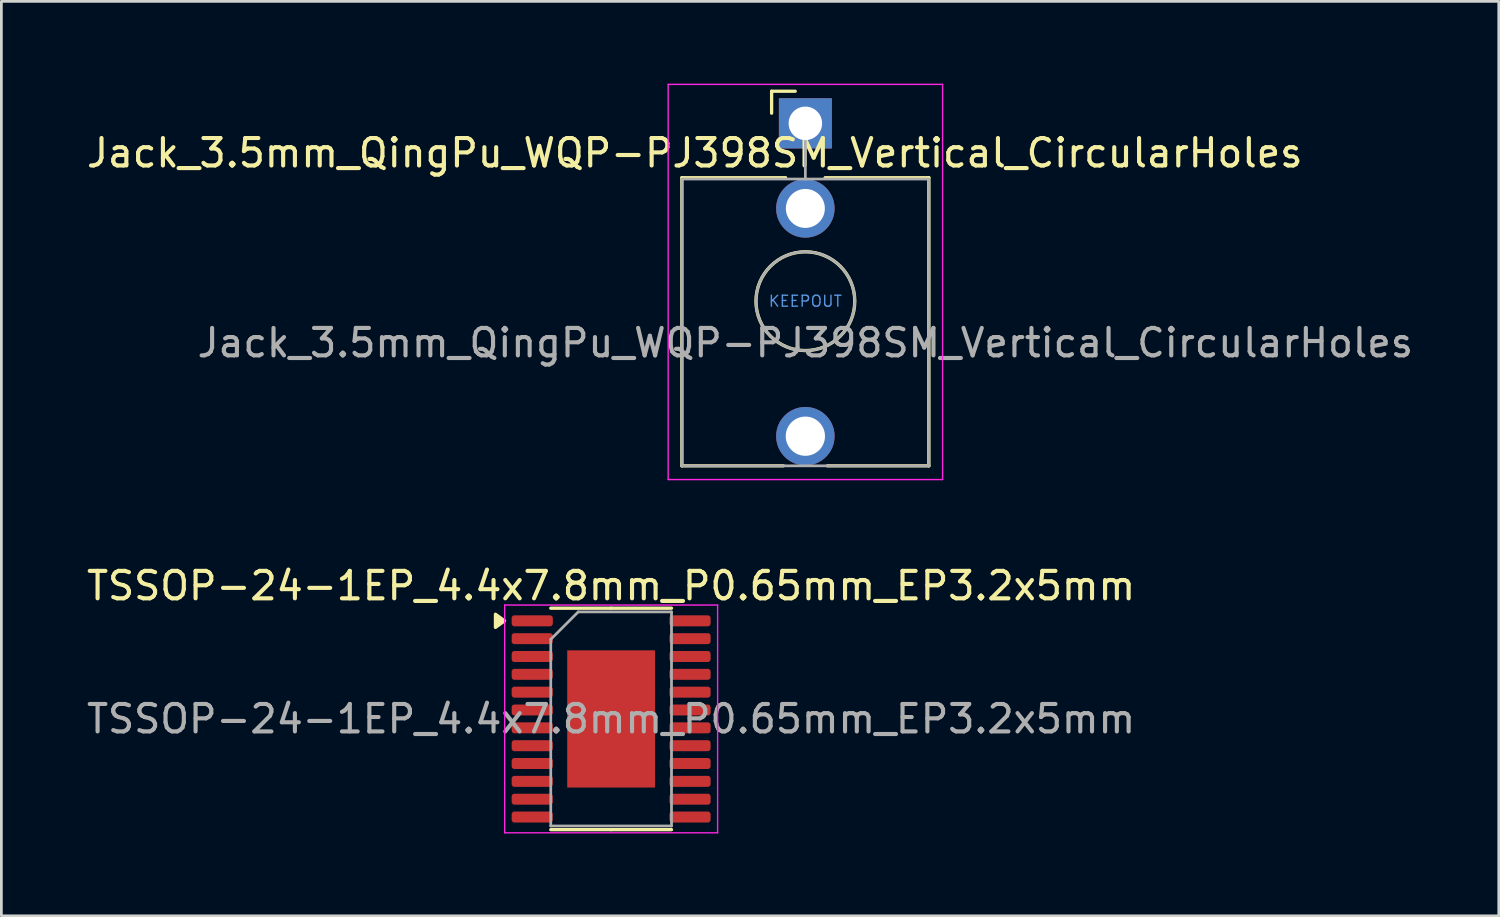
<source format=kicad_pcb>
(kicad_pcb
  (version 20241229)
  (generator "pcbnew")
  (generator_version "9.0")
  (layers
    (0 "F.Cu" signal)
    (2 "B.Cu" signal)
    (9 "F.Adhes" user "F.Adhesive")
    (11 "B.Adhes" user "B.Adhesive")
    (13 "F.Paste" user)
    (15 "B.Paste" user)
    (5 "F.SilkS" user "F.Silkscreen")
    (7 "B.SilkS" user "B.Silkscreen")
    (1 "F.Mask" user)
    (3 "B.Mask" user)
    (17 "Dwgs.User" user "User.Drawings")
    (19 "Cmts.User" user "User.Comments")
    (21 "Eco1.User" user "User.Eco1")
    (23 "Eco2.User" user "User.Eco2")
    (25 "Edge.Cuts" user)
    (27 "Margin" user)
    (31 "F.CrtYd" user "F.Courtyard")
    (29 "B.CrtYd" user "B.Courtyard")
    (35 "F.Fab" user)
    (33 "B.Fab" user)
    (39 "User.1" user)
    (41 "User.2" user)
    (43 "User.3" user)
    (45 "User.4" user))
  (footprint "Jack_3.5mm_QingPu_WQP-PJ398SM_Vertical_CircularHoles"
    (layer "F.Cu")
    (at 26.298 7.925)
    (property "Reference" "Jack_3.5mm_QingPu_WQP-PJ398SM_Vertical_CircularHoles" (at -4.03 -5.4 180) (layer "F.SilkS") (effects (font (size 1 1) (thickness 0.15))))
    (attr through_hole)
    (fp_line (start -4.5 -4.5) (end -4.5 6) (stroke (width 0.12) (type solid)) (layer "F.SilkS"))
    (fp_line (start -1.23 -7.65) (end -1.23 -6.85) (stroke (width 0.12) (type solid)) (layer "F.SilkS"))
    (fp_line (start -1.23 -7.65) (end -0.37 -7.65) (stroke (width 0.12) (type solid)) (layer "F.SilkS"))
    (fp_line (start -0.8 6) (end -4.5 6) (stroke (width 0.12) (type solid)) (layer "F.SilkS"))
    (fp_line (start -0.72 -4.5) (end -4.5 -4.5) (stroke (width 0.12) (type solid)) (layer "F.SilkS"))
    (fp_line (start 4.5 -4.5) (end 0.72 -4.5) (stroke (width 0.12) (type solid)) (layer "F.SilkS"))
    (fp_line (start 4.5 -4.5) (end 4.5 6) (stroke (width 0.12) (type solid)) (layer "F.SilkS"))
    (fp_line (start 4.5 6) (end 0.8 6) (stroke (width 0.12) (type solid)) (layer "F.SilkS"))
    (fp_circle (center 0 0) (end 1.8 0) (stroke (width 0.12) (type solid)) (fill no) (layer "F.SilkS"))
    (fp_line (start -5 6.5) (end -5 -7.9) (stroke (width 0.05) (type solid)) (layer "F.CrtYd"))
    (fp_line (start 5 -7.9) (end -5 -7.9) (stroke (width 0.05) (type solid)) (layer "F.CrtYd"))
    (fp_line (start 5 6.5) (end -5 6.5) (stroke (width 0.05) (type solid)) (layer "F.CrtYd"))
    (fp_line (start 5 6.5) (end 5 -7.9) (stroke (width 0.05) (type solid)) (layer "F.CrtYd"))
    (fp_line (start -4.5 6) (end -4.5 -4.4) (stroke (width 0.1) (type solid)) (layer "F.Fab"))
    (fp_line (start 0 -6.48) (end 0 -4.45) (stroke (width 0.1) (type solid)) (layer "F.Fab"))
    (fp_line (start 4.5 -4.45) (end -4.5 -4.45) (stroke (width 0.1) (type solid)) (layer "F.Fab"))
    (fp_line (start 4.5 6) (end -4.5 6) (stroke (width 0.1) (type solid)) (layer "F.Fab"))
    (fp_line (start 4.5 6) (end 4.5 -4.4) (stroke (width 0.1) (type solid)) (layer "F.Fab"))
    (fp_circle (center 0 0) (end 1.8 0) (stroke (width 0.1) (type solid)) (fill no) (layer "F.Fab"))
    (fp_text user "KEEPOUT" (at 0 0 0) (layer "Cmts.User") (effects (font (size 0.4 0.4) (thickness 0.051))))
    (fp_text user "${REFERENCE}" (at 0 1.52 180) (layer "F.Fab") (effects (font (size 1 1) (thickness 0.15))))
    (pad "S" thru_hole rect (at 0 -6.48 180) (size 1.93 1.83) (drill 1.22) (layers "*.Cu" "*.Mask"))
    (pad "T" thru_hole circle (at 0 4.92 180) (size 2.13 2.13) (drill 1.43) (layers "*.Cu" "*.Mask"))
    (pad "TN" thru_hole circle (at 0 -3.38 180) (size 2.13 2.13) (drill 1.42) (layers "*.Cu" "*.Mask"))
    (zone (net_name "") (layer "F.Cu") (hatch full 0.508) (connect_pads) (min_thickness 0.254) (filled_areas_thickness no) (keepout (tracks not_allowed) (vias not_allowed) (pads not_allowed) (copperpour not_allowed) (footprints not_allowed)) (placement (enabled no)) (fill) (polygon (pts (xy 27.803 7.925) (xy 27.783 7.679) (xy 27.723 7.44) (xy 27.624 7.214) (xy 27.49 7.007) (xy 27.324 6.824) (xy 27.131 6.671) (xy 26.915 6.552) (xy 26.682 6.47) (xy 26.44 6.427) (xy 26.193 6.424) (xy 25.949 6.461) (xy 25.715 6.537) (xy 25.496 6.651) (xy 25.299 6.799) (xy 25.128 6.978) (xy 24.989 7.182) (xy 24.885 7.405) (xy 24.819 7.643) (xy 24.793 7.888) (xy 24.807 8.134) (xy 24.862 8.375) (xy 24.954 8.604) (xy 25.083 8.814) (xy 25.245 9) (xy 25.435 9.158) (xy 25.648 9.282) (xy 25.878 9.37) (xy 26.12 9.42) (xy 26.366 9.429) (xy 26.611 9.397) (xy 26.847 9.326) (xy 27.069 9.218) (xy 27.269 9.075) (xy 27.444 8.901) (xy 27.588 8.7) (xy 27.697 8.479) (xy 27.769 8.243) (xy 27.801 7.999)))))
  (footprint "TSSOP-24-1EP_4.4x7.8mm_P0.65mm_EP3.2x5mm"
    (layer "F.Cu")
    (at 19.22 23.148)
    (property "Reference" "TSSOP-24-1EP_4.4x7.8mm_P0.65mm_EP3.2x5mm" (at 0 -4.85 0) (layer "F.SilkS") (effects (font (size 1 1) (thickness 0.15))))
    (attr smd)
    (fp_line (start 0 -4.035) (end -2.2 -4.035) (stroke (width 0.12) (type solid)) (layer "F.SilkS"))
    (fp_line (start 0 -4.035) (end 2.2 -4.035) (stroke (width 0.12) (type solid)) (layer "F.SilkS"))
    (fp_line (start 0 4.035) (end -2.2 4.035) (stroke (width 0.12) (type solid)) (layer "F.SilkS"))
    (fp_line (start 0 4.035) (end 2.2 4.035) (stroke (width 0.12) (type solid)) (layer "F.SilkS"))
    (fp_poly (pts (xy -3.885 -3.575) (xy -4.215 -3.815) (xy -4.215 -3.335) (xy -3.885 -3.575)) (stroke (width 0.12) (type solid)) (fill yes) (layer "F.SilkS"))
    (fp_line (start -3.88 -4.15) (end -3.88 4.15) (stroke (width 0.05) (type solid)) (layer "F.CrtYd"))
    (fp_line (start -3.88 4.15) (end 3.88 4.15) (stroke (width 0.05) (type solid)) (layer "F.CrtYd"))
    (fp_line (start 3.88 -4.15) (end -3.88 -4.15) (stroke (width 0.05) (type solid)) (layer "F.CrtYd"))
    (fp_line (start 3.88 4.15) (end 3.88 -4.15) (stroke (width 0.05) (type solid)) (layer "F.CrtYd"))
    (fp_line (start -2.2 -2.9) (end -1.2 -3.9) (stroke (width 0.1) (type solid)) (layer "F.Fab"))
    (fp_line (start -2.2 3.9) (end -2.2 -2.9) (stroke (width 0.1) (type solid)) (layer "F.Fab"))
    (fp_line (start -1.2 -3.9) (end 2.2 -3.9) (stroke (width 0.1) (type solid)) (layer "F.Fab"))
    (fp_line (start 2.2 -3.9) (end 2.2 3.9) (stroke (width 0.1) (type solid)) (layer "F.Fab"))
    (fp_line (start 2.2 3.9) (end -2.2 3.9) (stroke (width 0.1) (type solid)) (layer "F.Fab"))
    (fp_text user "${REFERENCE}" (at 0 0 0) (layer "F.Fab") (effects (font (size 1 1) (thickness 0.15))))
    (pad "" smd roundrect (at -0.8 -1.67) (size 1.29 1.34) (layers "F.Paste") (roundrect_rratio 0.194))
    (pad "" smd roundrect (at -0.8 0) (size 1.29 1.34) (layers "F.Paste") (roundrect_rratio 0.194))
    (pad "" smd roundrect (at -0.8 1.67) (size 1.29 1.34) (layers "F.Paste") (roundrect_rratio 0.194))
    (pad "" smd roundrect (at 0.8 -1.67) (size 1.29 1.34) (layers "F.Paste") (roundrect_rratio 0.194))
    (pad "" smd roundrect (at 0.8 0) (size 1.29 1.34) (layers "F.Paste") (roundrect_rratio 0.194))
    (pad "" smd roundrect (at 0.8 1.67) (size 1.29 1.34) (layers "F.Paste") (roundrect_rratio 0.194))
    (pad "1" smd roundrect (at -2.875 -3.575) (size 1.5 0.4) (layers "F.Cu" "F.Mask" "F.Paste") (roundrect_rratio 0.25))
    (pad "2" smd roundrect (at -2.875 -2.925) (size 1.5 0.4) (layers "F.Cu" "F.Mask" "F.Paste") (roundrect_rratio 0.25))
    (pad "3" smd roundrect (at -2.875 -2.275) (size 1.5 0.4) (layers "F.Cu" "F.Mask" "F.Paste") (roundrect_rratio 0.25))
    (pad "4" smd roundrect (at -2.875 -1.625) (size 1.5 0.4) (layers "F.Cu" "F.Mask" "F.Paste") (roundrect_rratio 0.25))
    (pad "5" smd roundrect (at -2.875 -0.975) (size 1.5 0.4) (layers "F.Cu" "F.Mask" "F.Paste") (roundrect_rratio 0.25))
    (pad "6" smd roundrect (at -2.875 -0.325) (size 1.5 0.4) (layers "F.Cu" "F.Mask" "F.Paste") (roundrect_rratio 0.25))
    (pad "7" smd roundrect (at -2.875 0.325) (size 1.5 0.4) (layers "F.Cu" "F.Mask" "F.Paste") (roundrect_rratio 0.25))
    (pad "8" smd roundrect (at -2.875 0.975) (size 1.5 0.4) (layers "F.Cu" "F.Mask" "F.Paste") (roundrect_rratio 0.25))
    (pad "9" smd roundrect (at -2.875 1.625) (size 1.5 0.4) (layers "F.Cu" "F.Mask" "F.Paste") (roundrect_rratio 0.25))
    (pad "10" smd roundrect (at -2.875 2.275) (size 1.5 0.4) (layers "F.Cu" "F.Mask" "F.Paste") (roundrect_rratio 0.25))
    (pad "11" smd roundrect (at -2.875 2.925) (size 1.5 0.4) (layers "F.Cu" "F.Mask" "F.Paste") (roundrect_rratio 0.25))
    (pad "12" smd roundrect (at -2.875 3.575) (size 1.5 0.4) (layers "F.Cu" "F.Mask" "F.Paste") (roundrect_rratio 0.25))
    (pad "13" smd roundrect (at 2.875 3.575) (size 1.5 0.4) (layers "F.Cu" "F.Mask" "F.Paste") (roundrect_rratio 0.25))
    (pad "14" smd roundrect (at 2.875 2.925) (size 1.5 0.4) (layers "F.Cu" "F.Mask" "F.Paste") (roundrect_rratio 0.25))
    (pad "15" smd roundrect (at 2.875 2.275) (size 1.5 0.4) (layers "F.Cu" "F.Mask" "F.Paste") (roundrect_rratio 0.25))
    (pad "16" smd roundrect (at 2.875 1.625) (size 1.5 0.4) (layers "F.Cu" "F.Mask" "F.Paste") (roundrect_rratio 0.25))
    (pad "17" smd roundrect (at 2.875 0.975) (size 1.5 0.4) (layers "F.Cu" "F.Mask" "F.Paste") (roundrect_rratio 0.25))
    (pad "18" smd roundrect (at 2.875 0.325) (size 1.5 0.4) (layers "F.Cu" "F.Mask" "F.Paste") (roundrect_rratio 0.25))
    (pad "19" smd roundrect (at 2.875 -0.325) (size 1.5 0.4) (layers "F.Cu" "F.Mask" "F.Paste") (roundrect_rratio 0.25))
    (pad "20" smd roundrect (at 2.875 -0.975) (size 1.5 0.4) (layers "F.Cu" "F.Mask" "F.Paste") (roundrect_rratio 0.25))
    (pad "21" smd roundrect (at 2.875 -1.625) (size 1.5 0.4) (layers "F.Cu" "F.Mask" "F.Paste") (roundrect_rratio 0.25))
    (pad "22" smd roundrect (at 2.875 -2.275) (size 1.5 0.4) (layers "F.Cu" "F.Mask" "F.Paste") (roundrect_rratio 0.25))
    (pad "23" smd roundrect (at 2.875 -2.925) (size 1.5 0.4) (layers "F.Cu" "F.Mask" "F.Paste") (roundrect_rratio 0.25))
    (pad "24" smd roundrect (at 2.875 -3.575) (size 1.5 0.4) (layers "F.Cu" "F.Mask" "F.Paste") (roundrect_rratio 0.25))
    (pad "25" smd rect (at 0 0) (size 3.2 5) (property pad_prop_heatsink) (layers "F.Cu" "F.Mask")))
  (gr_rect
    (start -3 -3)
    (end 51.566 30.323)
    (stroke (width 0.1) (type default))
    (fill no)
    (layer "Edge.Cuts")))
</source>
